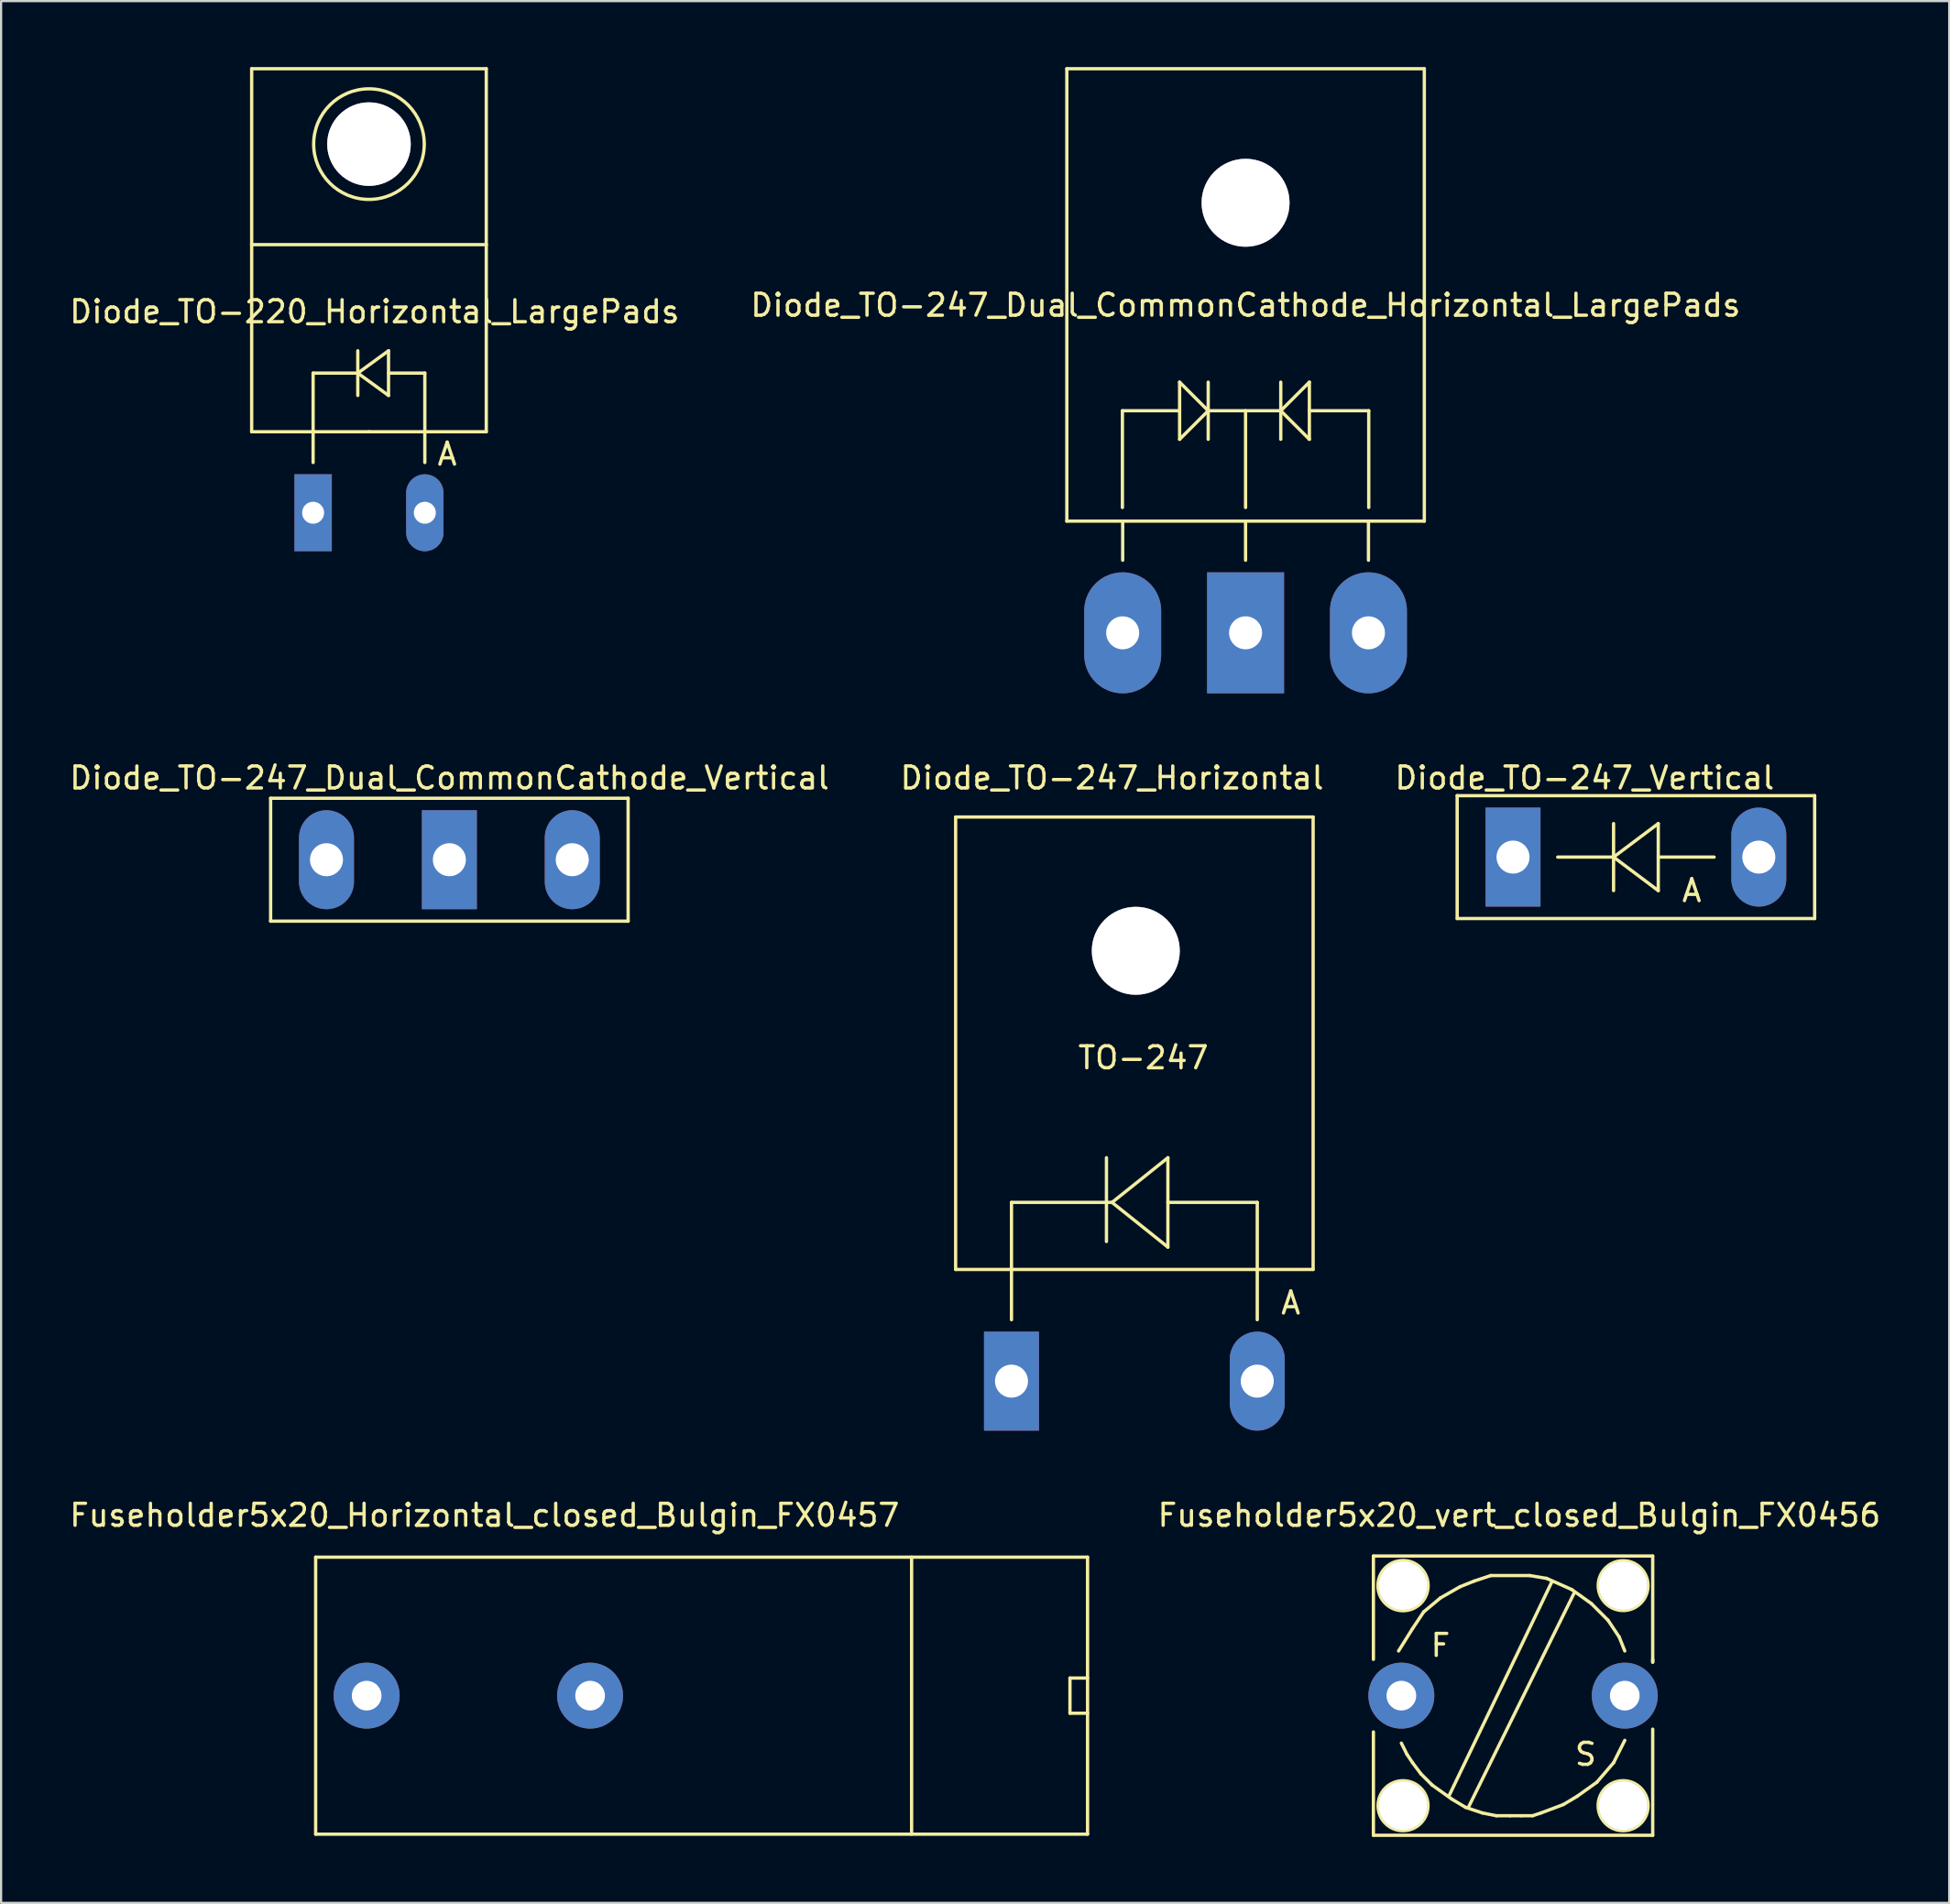
<source format=kicad_pcb>
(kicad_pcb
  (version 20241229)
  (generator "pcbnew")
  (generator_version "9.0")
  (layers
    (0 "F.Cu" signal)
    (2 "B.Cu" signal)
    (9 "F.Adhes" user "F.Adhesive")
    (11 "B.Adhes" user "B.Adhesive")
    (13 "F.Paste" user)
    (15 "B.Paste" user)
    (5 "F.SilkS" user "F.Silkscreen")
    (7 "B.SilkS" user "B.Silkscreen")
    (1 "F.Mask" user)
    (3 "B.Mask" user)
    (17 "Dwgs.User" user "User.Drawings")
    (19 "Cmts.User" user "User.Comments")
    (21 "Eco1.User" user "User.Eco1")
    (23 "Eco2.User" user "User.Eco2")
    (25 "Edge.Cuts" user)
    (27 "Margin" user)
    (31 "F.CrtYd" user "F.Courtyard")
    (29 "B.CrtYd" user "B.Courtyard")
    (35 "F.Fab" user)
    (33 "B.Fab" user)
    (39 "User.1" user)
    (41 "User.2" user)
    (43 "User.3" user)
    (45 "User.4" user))
  (footprint "Diode_TO-247_Horizontal"
    (layer "F.Cu")
    (at 42.953 59.76)
    (property "Reference" "Diode_TO-247_Horizontal" (at 4.564 -27.432 0) (layer "F.SilkS") (effects (font (size 1 1) (thickness 0.15))))
    (attr through_hole)
    (fp_line (start -2.548 -25.654) (end 13.708 -25.654) (stroke (width 0.15) (type solid)) (layer "F.SilkS"))
    (fp_line (start -2.548 -5.08) (end -2.548 -25.654) (stroke (width 0.15) (type solid)) (layer "F.SilkS"))
    (fp_line (start -0.008 -8.128) (end 4.564 -8.128) (stroke (width 0.15) (type solid)) (layer "F.SilkS"))
    (fp_line (start -0.008 -5.08) (end -0.008 -8.128) (stroke (width 0.15) (type solid)) (layer "F.SilkS"))
    (fp_line (start -0.008 -2.794) (end -0.008 -5.08) (stroke (width 0.15) (type solid)) (layer "F.SilkS"))
    (fp_line (start 4.31 -10.16) (end 4.31 -6.35) (stroke (width 0.15) (type solid)) (layer "F.SilkS"))
    (fp_line (start 4.564 -8.128) (end 7.104 -10.16) (stroke (width 0.15) (type solid)) (layer "F.SilkS"))
    (fp_line (start 7.104 -10.16) (end 7.104 -6.096) (stroke (width 0.15) (type solid)) (layer "F.SilkS"))
    (fp_line (start 7.104 -8.128) (end 11.168 -8.128) (stroke (width 0.15) (type solid)) (layer "F.SilkS"))
    (fp_line (start 7.104 -6.096) (end 4.564 -8.128) (stroke (width 0.15) (type solid)) (layer "F.SilkS"))
    (fp_line (start 11.168 -8.128) (end 11.168 -5.08) (stroke (width 0.15) (type solid)) (layer "F.SilkS"))
    (fp_line (start 11.168 -2.794) (end 11.168 -5.08) (stroke (width 0.15) (type solid)) (layer "F.SilkS"))
    (fp_line (start 13.708 -25.654) (end 13.708 -5.08) (stroke (width 0.15) (type solid)) (layer "F.SilkS"))
    (fp_line (start 13.708 -5.08) (end -2.548 -5.08) (stroke (width 0.15) (type solid)) (layer "F.SilkS"))
    (fp_circle (center 5.58 -19.558) (end 7.358 -19.558) (stroke (width 0.15) (type solid)) (fill no) (layer "F.SilkS"))
    (fp_text user "A" (at 12.692 -3.556 0) (layer "F.SilkS") (effects (font (size 1 1) (thickness 0.15))))
    (fp_text user "TO-247" (at 5.987 -14.707 0) (layer "F.SilkS") (effects (font (size 1 1) (thickness 0.15))))
    (pad "1" thru_hole rect (at -0.008 0 90) (size 4.501 2.499) (drill 1.501) (layers "*.Cu" "*.Mask"))
    (pad "2" thru_hole oval (at 11.168 0 90) (size 4.501 2.499) (drill 1.501) (layers "*.Cu" "*.Mask"))
    (pad "9" thru_hole circle (at 5.644 -19.571) (size 4 4) (drill 4) (layers "B.Cu")))
  (footprint "Fuseholder5x20_vert_closed_Bulgin_FX0456"
    (layer "F.Cu")
    (at 65.753 74.063)
    (property "Reference" "Fuseholder5x20_vert_closed_Bulgin_FX0456" (at 0.279 -8.204 0) (layer "F.SilkS") (effects (font (size 1 1) (thickness 0.15))))
    (attr through_hole)
    (fp_line (start -6.35 -6.35) (end -6.35 -1.651) (stroke (width 0.15) (type solid)) (layer "F.SilkS"))
    (fp_line (start -6.35 6.35) (end -6.35 1.651) (stroke (width 0.15) (type solid)) (layer "F.SilkS"))
    (fp_line (start -6.35 6.35) (end 6.35 6.35) (stroke (width 0.15) (type solid)) (layer "F.SilkS"))
    (fp_line (start -5.08 2.159) (end -4.826 2.667) (stroke (width 0.15) (type solid)) (layer "F.SilkS"))
    (fp_line (start -4.826 2.667) (end -4.572 3.048) (stroke (width 0.15) (type solid)) (layer "F.SilkS"))
    (fp_line (start -4.572 -3.048) (end -5.207 -2.032) (stroke (width 0.15) (type solid)) (layer "F.SilkS"))
    (fp_line (start -4.572 3.048) (end -4.191 3.556) (stroke (width 0.15) (type solid)) (layer "F.SilkS"))
    (fp_line (start -4.191 3.556) (end -3.683 4.064) (stroke (width 0.15) (type solid)) (layer "F.SilkS"))
    (fp_line (start -4.064 -3.81) (end -4.572 -3.048) (stroke (width 0.15) (type solid)) (layer "F.SilkS"))
    (fp_line (start -3.683 4.064) (end -2.794 4.699) (stroke (width 0.15) (type solid)) (layer "F.SilkS"))
    (fp_line (start -3.302 -4.445) (end -4.064 -3.81) (stroke (width 0.15) (type solid)) (layer "F.SilkS"))
    (fp_line (start -2.794 4.699) (end -2.159 5.08) (stroke (width 0.15) (type solid)) (layer "F.SilkS"))
    (fp_line (start -2.413 -4.953) (end -3.302 -4.445) (stroke (width 0.15) (type solid)) (layer "F.SilkS"))
    (fp_line (start -2.159 5.08) (end -1.397 5.334) (stroke (width 0.15) (type solid)) (layer "F.SilkS"))
    (fp_line (start -1.778 -5.207) (end -2.413 -4.953) (stroke (width 0.15) (type solid)) (layer "F.SilkS"))
    (fp_line (start -1.397 5.334) (end -0.762 5.461) (stroke (width 0.15) (type solid)) (layer "F.SilkS"))
    (fp_line (start -1.016 -5.461) (end -1.778 -5.207) (stroke (width 0.15) (type solid)) (layer "F.SilkS"))
    (fp_line (start -0.762 5.461) (end -0.127 5.461) (stroke (width 0.15) (type solid)) (layer "F.SilkS"))
    (fp_line (start -0.127 5.461) (end 0.381 5.461) (stroke (width 0.15) (type solid)) (layer "F.SilkS"))
    (fp_line (start 0.381 5.461) (end 0.889 5.461) (stroke (width 0.15) (type solid)) (layer "F.SilkS"))
    (fp_line (start 0.762 -5.461) (end -1.016 -5.461) (stroke (width 0.15) (type solid)) (layer "F.SilkS"))
    (fp_line (start 0.889 5.461) (end 1.27 5.334) (stroke (width 0.15) (type solid)) (layer "F.SilkS"))
    (fp_line (start 1.27 5.334) (end 2.286 4.953) (stroke (width 0.15) (type solid)) (layer "F.SilkS"))
    (fp_line (start 1.524 -5.334) (end 0.762 -5.461) (stroke (width 0.15) (type solid)) (layer "F.SilkS"))
    (fp_line (start 1.778 -5.207) (end -2.921 4.572) (stroke (width 0.15) (type solid)) (layer "F.SilkS"))
    (fp_line (start 2.286 4.953) (end 2.921 4.572) (stroke (width 0.15) (type solid)) (layer "F.SilkS"))
    (fp_line (start 2.667 -4.826) (end 1.524 -5.334) (stroke (width 0.15) (type solid)) (layer "F.SilkS"))
    (fp_line (start 2.794 -4.699) (end -2.032 5.08) (stroke (width 0.15) (type solid)) (layer "F.SilkS"))
    (fp_line (start 2.921 4.572) (end 3.81 3.937) (stroke (width 0.15) (type solid)) (layer "F.SilkS"))
    (fp_line (start 3.556 -4.191) (end 2.667 -4.826) (stroke (width 0.15) (type solid)) (layer "F.SilkS"))
    (fp_line (start 3.81 3.937) (end 4.572 3.048) (stroke (width 0.15) (type solid)) (layer "F.SilkS"))
    (fp_line (start 4.318 -3.429) (end 3.556 -4.191) (stroke (width 0.15) (type solid)) (layer "F.SilkS"))
    (fp_line (start 4.572 3.048) (end 5.08 2.032) (stroke (width 0.15) (type solid)) (layer "F.SilkS"))
    (fp_line (start 4.826 -2.667) (end 4.318 -3.429) (stroke (width 0.15) (type solid)) (layer "F.SilkS"))
    (fp_line (start 5.08 -2.032) (end 4.826 -2.667) (stroke (width 0.15) (type solid)) (layer "F.SilkS"))
    (fp_line (start 6.35 -6.35) (end -6.35 -6.35) (stroke (width 0.15) (type solid)) (layer "F.SilkS"))
    (fp_line (start 6.35 -6.35) (end 6.35 -1.524) (stroke (width 0.15) (type solid)) (layer "F.SilkS"))
    (fp_line (start 6.35 -1.524) (end 6.35 -1.651) (stroke (width 0.15) (type solid)) (layer "F.SilkS"))
    (fp_line (start 6.35 6.35) (end 6.35 1.524) (stroke (width 0.15) (type solid)) (layer "F.SilkS"))
    (fp_circle (center -5.004 -5.004) (end -4.597 -3.937) (stroke (width 0.15) (type solid)) (fill no) (layer "F.SilkS"))
    (fp_circle (center -5.004 5.004) (end -4.496 6.02) (stroke (width 0.15) (type solid)) (fill no) (layer "F.SilkS"))
    (fp_circle (center 5.004 -5.004) (end 5.385 -3.937) (stroke (width 0.15) (type solid)) (fill no) (layer "F.SilkS"))
    (fp_circle (center 5.004 5.004) (end 5.563 5.994) (stroke (width 0.15) (type solid)) (fill no) (layer "F.SilkS"))
    (fp_text user "F" (at -3.302 -2.286 0) (layer "F.SilkS") (effects (font (size 1 1) (thickness 0.15))))
    (fp_text user "S" (at 3.302 2.667 0) (layer "F.SilkS") (effects (font (size 1 1) (thickness 0.15))))
    (pad "1" thru_hole circle (at -5.08 0) (size 3 3) (drill 1.349) (layers "*.Cu" "*.Mask"))
    (pad "2" thru_hole circle (at 5.08 0) (size 3 3) (drill 1.349) (layers "*.Cu" "*.Mask"))
    (pad "3" thru_hole circle (at -5.004 -5.004) (size 2.2 2.2) (drill 2.2) (layers "*.Cu" "Dwgs.User"))
    (pad "3" thru_hole circle (at -5.004 5.004) (size 2.2 2.2) (drill 2.2) (layers "*.Cu" "Dwgs.User"))
    (pad "3" thru_hole circle (at 5.004 -5.004) (size 2.2 2.2) (drill 2.2) (layers "*.Cu" "Dwgs.User"))
    (pad "3" thru_hole circle (at 5.004 5.004) (size 2.2 2.2) (drill 2.2) (layers "*.Cu" "Dwgs.User")))
  (footprint "Diode_TO-247_Vertical"
    (layer "F.Cu")
    (at 65.756 35.928)
    (property "Reference" "Diode_TO-247_Vertical" (at 3.25 -3.6 0) (layer "F.SilkS") (effects (font (size 1 1) (thickness 0.15))))
    (attr through_hole)
    (fp_line (start -2.545 -2.794) (end -2.545 2.794) (stroke (width 0.15) (type solid)) (layer "F.SilkS"))
    (fp_line (start -2.545 2.794) (end 13.711 2.794) (stroke (width 0.15) (type solid)) (layer "F.SilkS"))
    (fp_line (start 4.567 -1.524) (end 4.567 1.524) (stroke (width 0.15) (type solid)) (layer "F.SilkS"))
    (fp_line (start 4.567 0) (end 2.027 0) (stroke (width 0.15) (type solid)) (layer "F.SilkS"))
    (fp_line (start 4.567 0) (end 6.599 -1.524) (stroke (width 0.15) (type solid)) (layer "F.SilkS"))
    (fp_line (start 6.599 -1.524) (end 6.599 1.524) (stroke (width 0.15) (type solid)) (layer "F.SilkS"))
    (fp_line (start 6.599 0) (end 9.139 0) (stroke (width 0.15) (type solid)) (layer "F.SilkS"))
    (fp_line (start 6.599 1.524) (end 4.567 0) (stroke (width 0.15) (type solid)) (layer "F.SilkS"))
    (fp_line (start 13.711 -2.794) (end -2.545 -2.794) (stroke (width 0.15) (type solid)) (layer "F.SilkS"))
    (fp_line (start 13.711 2.794) (end 13.711 -2.794) (stroke (width 0.15) (type solid)) (layer "F.SilkS"))
    (fp_text user "A" (at 8.123 1.524 0) (layer "F.SilkS") (effects (font (size 1 1) (thickness 0.15))))
    (pad "1" thru_hole rect (at -0.005 0 90) (size 4.501 2.499) (drill 1.501) (layers "*.Cu" "*.Mask"))
    (pad "2" thru_hole oval (at 11.171 0 90) (size 4.501 2.499) (drill 1.501) (layers "*.Cu" "*.Mask")))
  (footprint "Diode_TO-220_Horizontal_LargePads"
    (layer "F.Cu")
    (at 11.193 20.268)
    (property "Reference" "Diode_TO-220_Horizontal_LargePads" (at 2.789 -9.144 0) (layer "F.SilkS") (effects (font (size 1 1) (thickness 0.15))))
    (attr through_hole)
    (fp_line (start -2.799 -20.193) (end -2.799 -12.192) (stroke (width 0.15) (type solid)) (layer "F.SilkS"))
    (fp_line (start -2.799 -12.192) (end -2.799 -3.683) (stroke (width 0.15) (type solid)) (layer "F.SilkS"))
    (fp_line (start -0.005 -6.35) (end -0.005 -3.683) (stroke (width 0.15) (type solid)) (layer "F.SilkS"))
    (fp_line (start -0.005 -3.683) (end -0.005 -2.286) (stroke (width 0.15) (type solid)) (layer "F.SilkS"))
    (fp_line (start 2.027 -7.366) (end 2.027 -5.334) (stroke (width 0.15) (type solid)) (layer "F.SilkS"))
    (fp_line (start 2.027 -6.35) (end -0.005 -6.35) (stroke (width 0.15) (type solid)) (layer "F.SilkS"))
    (fp_line (start 2.027 -6.35) (end 3.424 -7.366) (stroke (width 0.15) (type solid)) (layer "F.SilkS"))
    (fp_line (start 2.535 -3.683) (end -2.799 -3.683) (stroke (width 0.15) (type solid)) (layer "F.SilkS"))
    (fp_line (start 2.535 -3.683) (end 7.869 -3.683) (stroke (width 0.15) (type solid)) (layer "F.SilkS"))
    (fp_line (start 3.424 -7.366) (end 3.424 -5.334) (stroke (width 0.15) (type solid)) (layer "F.SilkS"))
    (fp_line (start 3.424 -6.35) (end 5.075 -6.35) (stroke (width 0.15) (type solid)) (layer "F.SilkS"))
    (fp_line (start 3.424 -5.334) (end 2.027 -6.35) (stroke (width 0.15) (type solid)) (layer "F.SilkS"))
    (fp_line (start 5.075 -6.35) (end 5.075 -3.683) (stroke (width 0.15) (type solid)) (layer "F.SilkS"))
    (fp_line (start 5.075 -3.683) (end 5.075 -2.286) (stroke (width 0.15) (type solid)) (layer "F.SilkS"))
    (fp_line (start 7.869 -20.193) (end -2.799 -20.193) (stroke (width 0.15) (type solid)) (layer "F.SilkS"))
    (fp_line (start 7.869 -12.192) (end -2.799 -12.192) (stroke (width 0.15) (type solid)) (layer "F.SilkS"))
    (fp_line (start 7.869 -12.192) (end 7.869 -20.193) (stroke (width 0.15) (type solid)) (layer "F.SilkS"))
    (fp_line (start 7.869 -3.683) (end 7.869 -12.192) (stroke (width 0.15) (type solid)) (layer "F.SilkS"))
    (fp_circle (center 2.535 -16.764) (end 4.313 -14.986) (stroke (width 0.15) (type solid)) (fill no) (layer "F.SilkS"))
    (fp_text user "A" (at 6.091 -2.667 0) (layer "F.SilkS") (effects (font (size 1 1) (thickness 0.15))))
    (pad "1" thru_hole rect (at -0.005 0 90) (size 3.5 1.699) (drill 1.001) (layers "*.Cu" "*.Mask"))
    (pad "2" thru_hole circle (at 2.535 -16.764 90) (size 3.8 3.8) (drill 3.8) (layers "*.Cu" "*.Mask"))
    (pad "2" thru_hole oval (at 5.075 0 90) (size 3.5 1.699) (drill 1.001) (layers "*.Cu" "*.Mask")))
  (footprint "Diode_TO-247_Dual_CommonCathode_Vertical"
    (layer "F.Cu")
    (at 11.796 36.047)
    (property "Reference" "Diode_TO-247_Dual_CommonCathode_Vertical" (at 5.591 -3.719 0) (layer "F.SilkS") (effects (font (size 1 1) (thickness 0.15))))
    (attr through_hole)
    (fp_line (start -2.54 -2.794) (end -2.54 2.794) (stroke (width 0.15) (type solid)) (layer "F.SilkS"))
    (fp_line (start -2.54 2.794) (end 13.716 2.794) (stroke (width 0.15) (type solid)) (layer "F.SilkS"))
    (fp_line (start 13.716 -2.794) (end -2.54 -2.794) (stroke (width 0.15) (type solid)) (layer "F.SilkS"))
    (fp_line (start 13.716 2.794) (end 13.716 -2.794) (stroke (width 0.15) (type solid)) (layer "F.SilkS"))
    (pad "1" thru_hole oval (at 0 0 90) (size 4.501 2.499) (drill 1.501) (layers "*.Cu" "*.Mask"))
    (pad "2" thru_hole rect (at 5.588 0 90) (size 4.501 2.499) (drill 1.501) (layers "*.Cu" "*.Mask"))
    (pad "3" thru_hole oval (at 11.176 0 90) (size 4.501 2.499) (drill 1.501) (layers "*.Cu" "*.Mask")))
  (footprint "Diode_TO-247_Dual_CommonCathode_Horizontal_LargePads"
    (layer "F.Cu")
    (at 48.009 25.729)
    (property "Reference" "Diode_TO-247_Dual_CommonCathode_Horizontal_LargePads" (at 5.58 -14.9 0) (layer "F.SilkS") (effects (font (size 1 1) (thickness 0.15))))
    (attr through_hole)
    (fp_line (start -2.548 -25.654) (end 13.708 -25.654) (stroke (width 0.15) (type solid)) (layer "F.SilkS"))
    (fp_line (start -2.548 -5.08) (end -2.548 -25.654) (stroke (width 0.15) (type solid)) (layer "F.SilkS"))
    (fp_line (start -0.02 -10.099) (end -0.02 -5.7) (stroke (width 0.15) (type solid)) (layer "F.SilkS"))
    (fp_line (start -0.008 -3.302) (end -0.008 -5.08) (stroke (width 0.15) (type solid)) (layer "F.SilkS"))
    (fp_line (start 2.581 -11.4) (end 2.581 -8.801) (stroke (width 0.15) (type solid)) (layer "F.SilkS"))
    (fp_line (start 2.581 -10.099) (end -0.02 -10.099) (stroke (width 0.15) (type solid)) (layer "F.SilkS"))
    (fp_line (start 2.581 -8.801) (end 3.881 -10.099) (stroke (width 0.15) (type solid)) (layer "F.SilkS"))
    (fp_line (start 3.881 -11.4) (end 3.881 -8.801) (stroke (width 0.15) (type solid)) (layer "F.SilkS"))
    (fp_line (start 3.881 -10.099) (end 2.581 -11.4) (stroke (width 0.15) (type solid)) (layer "F.SilkS"))
    (fp_line (start 3.881 -10.099) (end 7.181 -10.099) (stroke (width 0.15) (type solid)) (layer "F.SilkS"))
    (fp_line (start 5.58 -10.099) (end 5.58 -5.7) (stroke (width 0.15) (type solid)) (layer "F.SilkS"))
    (fp_line (start 5.58 -3.302) (end 5.58 -5.08) (stroke (width 0.15) (type solid)) (layer "F.SilkS"))
    (fp_line (start 7.181 -11.4) (end 7.181 -8.801) (stroke (width 0.15) (type solid)) (layer "F.SilkS"))
    (fp_line (start 7.181 -10.099) (end 8.481 -11.4) (stroke (width 0.15) (type solid)) (layer "F.SilkS"))
    (fp_line (start 8.481 -11.4) (end 8.481 -8.801) (stroke (width 0.15) (type solid)) (layer "F.SilkS"))
    (fp_line (start 8.481 -10.099) (end 11.181 -10.099) (stroke (width 0.15) (type solid)) (layer "F.SilkS"))
    (fp_line (start 8.481 -8.801) (end 7.181 -10.099) (stroke (width 0.15) (type solid)) (layer "F.SilkS"))
    (fp_line (start 11.168 -3.302) (end 11.168 -5.08) (stroke (width 0.15) (type solid)) (layer "F.SilkS"))
    (fp_line (start 11.181 -10.099) (end 11.181 -5.7) (stroke (width 0.15) (type solid)) (layer "F.SilkS"))
    (fp_line (start 13.708 -25.654) (end 13.708 -5.08) (stroke (width 0.15) (type solid)) (layer "F.SilkS"))
    (fp_line (start 13.708 -5.08) (end -2.548 -5.08) (stroke (width 0.15) (type solid)) (layer "F.SilkS"))
    (fp_circle (center 5.58 -19.558) (end 7.358 -19.558) (stroke (width 0.15) (type solid)) (fill no) (layer "F.SilkS"))
    (pad "1" thru_hole oval (at -0.008 0 90) (size 5.502 3.5) (drill 1.501) (layers "*.Cu" "*.Mask"))
    (pad "2" thru_hole rect (at 5.58 0 90) (size 5.502 3.5) (drill 1.501) (layers "*.Cu" "*.Mask"))
    (pad "3" thru_hole oval (at 11.168 0 90) (size 5.502 3.5) (drill 1.501) (layers "*.Cu" "*.Mask"))
    (pad "9" thru_hole circle (at 5.58 -19.558) (size 4 4) (drill 4) (layers "B.Cu")))
  (footprint "Fuseholder5x20_Horizontal_closed_Bulgin_FX0457"
    (layer "F.Cu")
    (at 18.703 74.063)
    (property "Reference" "Fuseholder5x20_Horizontal_closed_Bulgin_FX0457" (at 0.279 -8.204 0) (layer "F.SilkS") (effects (font (size 1 1) (thickness 0.15))))
    (attr through_hole)
    (fp_line (start -7.399 6.299) (end -7.399 -6.299) (stroke (width 0.15) (type solid)) (layer "F.SilkS"))
    (fp_line (start -7.399 6.299) (end 27.701 6.299) (stroke (width 0.15) (type solid)) (layer "F.SilkS"))
    (fp_line (start 19.7 6.299) (end 19.7 -6.299) (stroke (width 0.15) (type solid)) (layer "F.SilkS"))
    (fp_line (start 26.901 -0.8) (end 26.901 0.8) (stroke (width 0.15) (type solid)) (layer "F.SilkS"))
    (fp_line (start 26.901 0.8) (end 27.701 0.8) (stroke (width 0.15) (type solid)) (layer "F.SilkS"))
    (fp_line (start 27.701 -6.299) (end -7.399 -6.299) (stroke (width 0.15) (type solid)) (layer "F.SilkS"))
    (fp_line (start 27.701 -0.8) (end 26.901 -0.8) (stroke (width 0.15) (type solid)) (layer "F.SilkS"))
    (fp_line (start 27.701 6.299) (end 27.701 -6.299) (stroke (width 0.15) (type solid)) (layer "F.SilkS"))
    (pad "1" thru_hole circle (at -5.08 0) (size 3 3) (drill 1.349) (layers "*.Cu" "*.Mask"))
    (pad "2" thru_hole circle (at 5.08 0) (size 3 3) (drill 1.349) (layers "*.Cu" "*.Mask")))
  (gr_rect
    (start -3 -3)
    (end 85.586 83.488)
    (stroke (width 0.1) (type default))
    (fill no)
    (layer "Edge.Cuts")))
</source>
